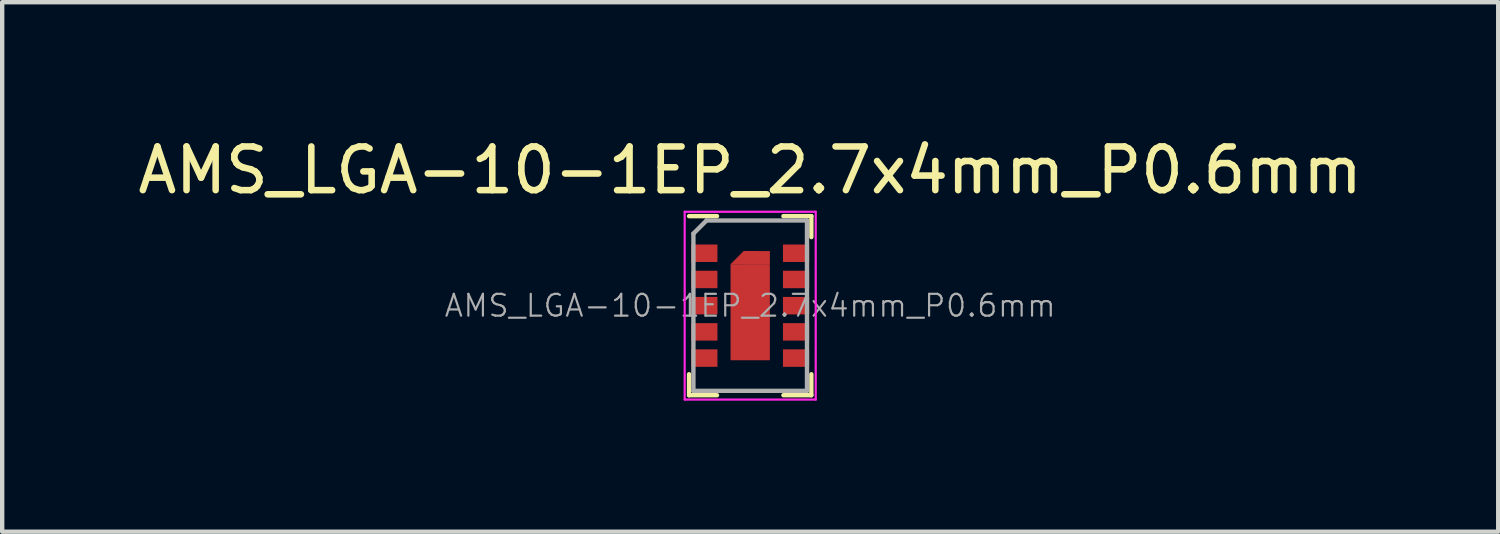
<source format=kicad_pcb>
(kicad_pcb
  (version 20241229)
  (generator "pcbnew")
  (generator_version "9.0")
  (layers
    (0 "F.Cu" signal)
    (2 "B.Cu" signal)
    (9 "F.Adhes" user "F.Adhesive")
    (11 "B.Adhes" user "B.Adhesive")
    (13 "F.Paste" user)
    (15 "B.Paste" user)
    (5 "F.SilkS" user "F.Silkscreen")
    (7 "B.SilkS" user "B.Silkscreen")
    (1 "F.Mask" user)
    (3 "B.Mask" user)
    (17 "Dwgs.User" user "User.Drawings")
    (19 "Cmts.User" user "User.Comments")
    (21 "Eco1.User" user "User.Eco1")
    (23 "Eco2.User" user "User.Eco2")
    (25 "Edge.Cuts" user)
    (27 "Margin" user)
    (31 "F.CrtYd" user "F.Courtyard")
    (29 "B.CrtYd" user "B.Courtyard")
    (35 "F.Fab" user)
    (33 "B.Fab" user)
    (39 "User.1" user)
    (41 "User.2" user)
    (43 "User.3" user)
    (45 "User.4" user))
  (footprint "AMS_LGA-10-1EP_2.7x4mm_P0.6mm"
    (layer "F.Cu")
    (at 14.125 3.948)
    (property "Reference" "AMS_LGA-10-1EP_2.7x4mm_P0.6mm" (at 0 -3.1 0) (layer "F.SilkS") (effects (font (size 1 1) (thickness 0.15))))
    (attr smd)
    (fp_line (start -1.4 -2.05) (end -0.76 -2.05) (stroke (width 0.1) (type solid)) (layer "F.SilkS"))
    (fp_line (start -1.4 1.57) (end -1.4 2.05) (stroke (width 0.1) (type solid)) (layer "F.SilkS"))
    (fp_line (start -1.4 2.05) (end -0.76 2.05) (stroke (width 0.1) (type solid)) (layer "F.SilkS"))
    (fp_line (start 0.76 -2.05) (end 1.4 -2.05) (stroke (width 0.1) (type solid)) (layer "F.SilkS"))
    (fp_line (start 0.76 2.05) (end 1.4 2.05) (stroke (width 0.1) (type solid)) (layer "F.SilkS"))
    (fp_line (start 1.4 -2.05) (end 1.4 -1.57) (stroke (width 0.1) (type solid)) (layer "F.SilkS"))
    (fp_line (start 1.4 1.57) (end 1.4 2.05) (stroke (width 0.1) (type solid)) (layer "F.SilkS"))
    (fp_line (start -1.5 -2.15) (end 1.5 -2.15) (stroke (width 0.05) (type solid)) (layer "F.CrtYd"))
    (fp_line (start -1.5 2.15) (end -1.5 -2.15) (stroke (width 0.05) (type solid)) (layer "F.CrtYd"))
    (fp_line (start 1.5 -2.15) (end 1.5 2.15) (stroke (width 0.05) (type solid)) (layer "F.CrtYd"))
    (fp_line (start 1.5 2.15) (end -1.5 2.15) (stroke (width 0.05) (type solid)) (layer "F.CrtYd"))
    (fp_line (start -1.3 -1.65) (end -1 -1.95) (stroke (width 0.1) (type solid)) (layer "F.Fab"))
    (fp_line (start -1.3 1.95) (end -1.3 -1.65) (stroke (width 0.1) (type solid)) (layer "F.Fab"))
    (fp_line (start -1 -1.95) (end 1.3 -1.95) (stroke (width 0.1) (type solid)) (layer "F.Fab"))
    (fp_line (start 1.3 -1.95) (end 1.3 1.95) (stroke (width 0.1) (type solid)) (layer "F.Fab"))
    (fp_line (start 1.3 1.95) (end -1.3 1.95) (stroke (width 0.1) (type solid)) (layer "F.Fab"))
    (fp_text user "${REFERENCE}" (at 0 0 0) (layer "F.Fab") (effects (font (size 0.5 0.5) (thickness 0.05))))
    (pad "1" smd rect (at -1.05 -1.2) (size 0.6 0.4) (layers "F.Cu" "F.Mask" "F.Paste"))
    (pad "2" smd rect (at -1.05 -0.6) (size 0.6 0.4) (layers "F.Cu" "F.Mask" "F.Paste"))
    (pad "3" smd rect (at -1.05 0) (size 0.6 0.4) (layers "F.Cu" "F.Mask" "F.Paste"))
    (pad "4" smd rect (at -1.05 0.6) (size 0.6 0.4) (layers "F.Cu" "F.Mask" "F.Paste"))
    (pad "5" smd rect (at -1.05 1.2) (size 0.6 0.4) (layers "F.Cu" "F.Mask" "F.Paste"))
    (pad "6" smd rect (at 1.05 1.2) (size 0.6 0.4) (layers "F.Cu" "F.Mask" "F.Paste"))
    (pad "7" smd rect (at 1.05 0.6) (size 0.6 0.4) (layers "F.Cu" "F.Mask" "F.Paste"))
    (pad "8" smd rect (at 1.05 0) (size 0.6 0.4) (layers "F.Cu" "F.Mask" "F.Paste"))
    (pad "9" smd rect (at 1.05 -0.6) (size 0.6 0.4) (layers "F.Cu" "F.Mask" "F.Paste"))
    (pad "10" smd rect (at 1.05 -1.2) (size 0.6 0.4) (layers "F.Cu" "F.Mask" "F.Paste"))
    (pad "11" smd trapezoid (at 0 -1.1) (size 0.6 0.3) (rect_delta 0 0.3) (layers "F.Cu" "F.Mask" "F.Paste"))
    (pad "11" smd rect (at 0 0.15) (size 0.9 2.2) (layers "F.Cu" "F.Mask" "F.Paste"))
    (pad "11" smd rect (at 0.15 -1.1) (size 0.6 0.3) (layers "F.Cu" "F.Mask" "F.Paste")))
  (gr_rect
    (start -3 -3)
    (end 31.25 9.123)
    (stroke (width 0.1) (type default))
    (fill no)
    (layer "Edge.Cuts")))
</source>
